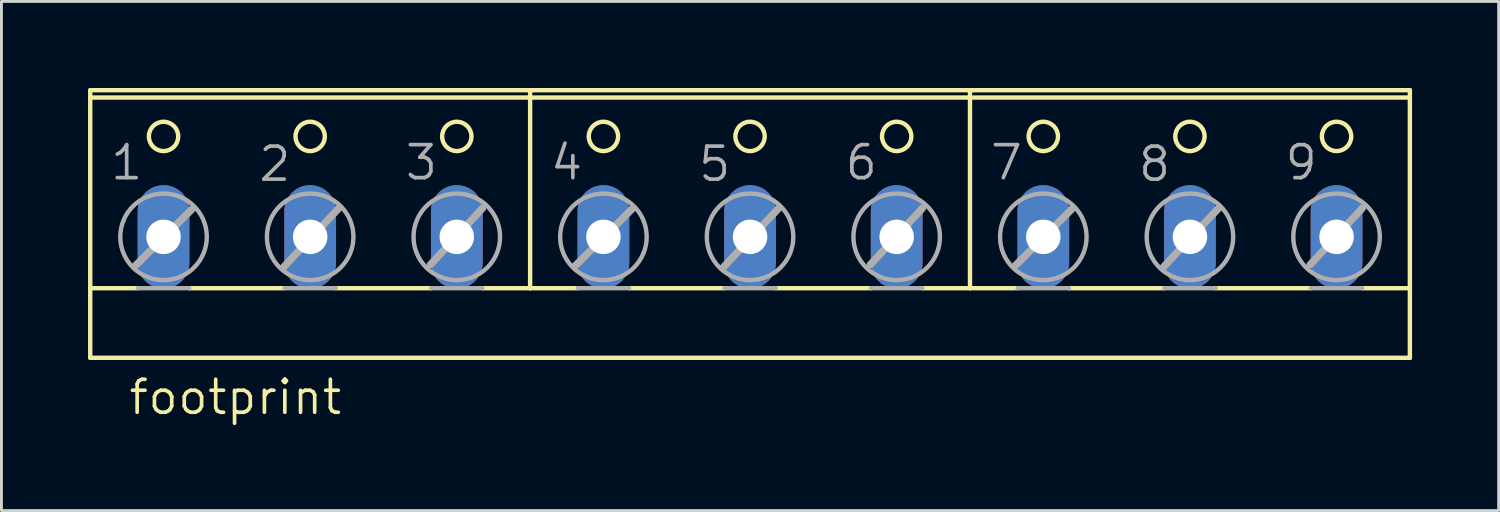
<source format=kicad_pcb>
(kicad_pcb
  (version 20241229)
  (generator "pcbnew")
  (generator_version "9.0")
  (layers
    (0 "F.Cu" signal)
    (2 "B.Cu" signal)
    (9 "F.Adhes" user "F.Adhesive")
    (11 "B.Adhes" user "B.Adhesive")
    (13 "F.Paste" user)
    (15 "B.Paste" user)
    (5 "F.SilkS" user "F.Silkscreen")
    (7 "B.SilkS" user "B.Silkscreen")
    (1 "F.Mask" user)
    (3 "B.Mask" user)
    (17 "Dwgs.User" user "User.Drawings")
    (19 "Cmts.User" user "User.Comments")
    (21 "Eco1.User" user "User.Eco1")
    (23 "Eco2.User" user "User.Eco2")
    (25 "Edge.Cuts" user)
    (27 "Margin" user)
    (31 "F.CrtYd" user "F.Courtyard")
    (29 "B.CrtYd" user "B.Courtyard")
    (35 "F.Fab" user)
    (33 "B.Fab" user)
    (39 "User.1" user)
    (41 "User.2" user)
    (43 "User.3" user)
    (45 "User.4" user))
  (footprint "footprint"
    (layer "F.Cu")
    (at 22.936 4.521)
    (property "Reference" "footprint" (at -21.59 6.858 0) (layer "F.SilkS") (effects (font (size 1.143 1.143) (thickness 0.127)) (justify left bottom)))
    (fp_line (start -22.86 -4.191) (end -22.86 -4.445) (stroke (width 0.152) (type solid)) (layer "F.SilkS"))
    (fp_line (start -22.86 2.413) (end -22.86 -4.191) (stroke (width 0.152) (type solid)) (layer "F.SilkS"))
    (fp_line (start -22.86 2.413) (end -21.209 2.413) (stroke (width 0.152) (type solid)) (layer "F.SilkS"))
    (fp_line (start -22.86 4.826) (end -22.86 2.413) (stroke (width 0.152) (type solid)) (layer "F.SilkS"))
    (fp_line (start -22.86 4.826) (end 22.86 4.826) (stroke (width 0.152) (type solid)) (layer "F.SilkS"))
    (fp_line (start -19.431 2.413) (end -16.129 2.413) (stroke (width 0.152) (type solid)) (layer "F.SilkS"))
    (fp_line (start -14.351 2.413) (end -11.049 2.413) (stroke (width 0.152) (type solid)) (layer "F.SilkS"))
    (fp_line (start -9.271 2.413) (end -7.62 2.413) (stroke (width 0.152) (type solid)) (layer "F.SilkS"))
    (fp_line (start -7.62 -4.445) (end -22.86 -4.445) (stroke (width 0.152) (type solid)) (layer "F.SilkS"))
    (fp_line (start -7.62 2.413) (end -7.62 -4.445) (stroke (width 0.152) (type solid)) (layer "F.SilkS"))
    (fp_line (start -7.62 2.413) (end -5.969 2.413) (stroke (width 0.152) (type solid)) (layer "F.SilkS"))
    (fp_line (start -4.191 2.413) (end -0.889 2.413) (stroke (width 0.152) (type solid)) (layer "F.SilkS"))
    (fp_line (start 0.889 2.413) (end 4.191 2.413) (stroke (width 0.152) (type solid)) (layer "F.SilkS"))
    (fp_line (start 5.969 2.413) (end 7.62 2.413) (stroke (width 0.152) (type solid)) (layer "F.SilkS"))
    (fp_line (start 7.62 -4.445) (end -7.62 -4.445) (stroke (width 0.152) (type solid)) (layer "F.SilkS"))
    (fp_line (start 7.62 -4.445) (end 7.62 2.413) (stroke (width 0.152) (type solid)) (layer "F.SilkS"))
    (fp_line (start 7.62 2.413) (end 9.271 2.413) (stroke (width 0.152) (type solid)) (layer "F.SilkS"))
    (fp_line (start 11.049 2.413) (end 14.351 2.413) (stroke (width 0.152) (type solid)) (layer "F.SilkS"))
    (fp_line (start 16.129 2.413) (end 19.431 2.413) (stroke (width 0.152) (type solid)) (layer "F.SilkS"))
    (fp_line (start 21.209 2.413) (end 22.86 2.413) (stroke (width 0.152) (type solid)) (layer "F.SilkS"))
    (fp_line (start 22.86 -4.445) (end 7.62 -4.445) (stroke (width 0.152) (type solid)) (layer "F.SilkS"))
    (fp_line (start 22.86 -4.445) (end 22.86 -4.191) (stroke (width 0.152) (type solid)) (layer "F.SilkS"))
    (fp_line (start 22.86 -4.191) (end -22.86 -4.191) (stroke (width 0.152) (type solid)) (layer "F.SilkS"))
    (fp_line (start 22.86 -4.191) (end 22.86 2.413) (stroke (width 0.152) (type solid)) (layer "F.SilkS"))
    (fp_line (start 22.86 2.413) (end 22.86 4.826) (stroke (width 0.152) (type solid)) (layer "F.SilkS"))
    (fp_circle (center -20.32 -2.845) (end -19.812 -2.845) (stroke (width 0.152) (type solid)) (fill no) (layer "F.SilkS"))
    (fp_circle (center -15.24 -2.845) (end -14.732 -2.845) (stroke (width 0.152) (type solid)) (fill no) (layer "F.SilkS"))
    (fp_circle (center -10.16 -2.845) (end -9.652 -2.845) (stroke (width 0.152) (type solid)) (fill no) (layer "F.SilkS"))
    (fp_circle (center -5.08 -2.845) (end -4.572 -2.845) (stroke (width 0.152) (type solid)) (fill no) (layer "F.SilkS"))
    (fp_circle (center 0 -2.845) (end 0.508 -2.845) (stroke (width 0.152) (type solid)) (fill no) (layer "F.SilkS"))
    (fp_circle (center 5.08 -2.845) (end 5.588 -2.845) (stroke (width 0.152) (type solid)) (fill no) (layer "F.SilkS"))
    (fp_circle (center 10.16 -2.845) (end 10.668 -2.845) (stroke (width 0.152) (type solid)) (fill no) (layer "F.SilkS"))
    (fp_circle (center 15.24 -2.845) (end 15.748 -2.845) (stroke (width 0.152) (type solid)) (fill no) (layer "F.SilkS"))
    (fp_circle (center 20.32 -2.845) (end 20.828 -2.845) (stroke (width 0.152) (type solid)) (fill no) (layer "F.SilkS"))
    (fp_line (start -21.311 1.651) (end -19.304 -0.356) (stroke (width 0.254) (type solid)) (layer "F.Fab"))
    (fp_line (start -21.209 2.413) (end -19.431 2.413) (stroke (width 0.152) (type solid)) (layer "F.Fab"))
    (fp_line (start -16.154 1.676) (end -14.249 -0.356) (stroke (width 0.254) (type solid)) (layer "F.Fab"))
    (fp_line (start -16.129 2.413) (end -14.351 2.413) (stroke (width 0.152) (type solid)) (layer "F.Fab"))
    (fp_line (start -11.074 1.6) (end -9.271 -0.356) (stroke (width 0.254) (type solid)) (layer "F.Fab"))
    (fp_line (start -11.049 2.413) (end -9.271 2.413) (stroke (width 0.152) (type solid)) (layer "F.Fab"))
    (fp_line (start -6.071 1.651) (end -4.064 -0.356) (stroke (width 0.254) (type solid)) (layer "F.Fab"))
    (fp_line (start -5.969 2.413) (end -4.191 2.413) (stroke (width 0.152) (type solid)) (layer "F.Fab"))
    (fp_line (start -0.914 1.676) (end 0.991 -0.356) (stroke (width 0.254) (type solid)) (layer "F.Fab"))
    (fp_line (start -0.889 2.413) (end 0.889 2.413) (stroke (width 0.152) (type solid)) (layer "F.Fab"))
    (fp_line (start 4.166 1.6) (end 5.969 -0.356) (stroke (width 0.254) (type solid)) (layer "F.Fab"))
    (fp_line (start 4.191 2.413) (end 5.969 2.413) (stroke (width 0.152) (type solid)) (layer "F.Fab"))
    (fp_line (start 9.169 1.651) (end 11.176 -0.356) (stroke (width 0.254) (type solid)) (layer "F.Fab"))
    (fp_line (start 9.271 2.413) (end 11.049 2.413) (stroke (width 0.152) (type solid)) (layer "F.Fab"))
    (fp_line (start 14.326 1.676) (end 16.231 -0.356) (stroke (width 0.254) (type solid)) (layer "F.Fab"))
    (fp_line (start 14.351 2.413) (end 16.129 2.413) (stroke (width 0.152) (type solid)) (layer "F.Fab"))
    (fp_line (start 19.406 1.6) (end 21.209 -0.356) (stroke (width 0.254) (type solid)) (layer "F.Fab"))
    (fp_line (start 19.431 2.413) (end 21.209 2.413) (stroke (width 0.152) (type solid)) (layer "F.Fab"))
    (fp_circle (center -20.32 0.635) (end -18.821 0.635) (stroke (width 0.152) (type solid)) (fill no) (layer "F.Fab"))
    (fp_circle (center -15.24 0.635) (end -13.741 0.635) (stroke (width 0.152) (type solid)) (fill no) (layer "F.Fab"))
    (fp_circle (center -10.16 0.635) (end -8.661 0.635) (stroke (width 0.152) (type solid)) (fill no) (layer "F.Fab"))
    (fp_circle (center -5.08 0.635) (end -3.581 0.635) (stroke (width 0.152) (type solid)) (fill no) (layer "F.Fab"))
    (fp_circle (center 0 0.635) (end 1.499 0.635) (stroke (width 0.152) (type solid)) (fill no) (layer "F.Fab"))
    (fp_circle (center 5.08 0.635) (end 6.579 0.635) (stroke (width 0.152) (type solid)) (fill no) (layer "F.Fab"))
    (fp_circle (center 10.16 0.635) (end 11.659 0.635) (stroke (width 0.152) (type solid)) (fill no) (layer "F.Fab"))
    (fp_circle (center 15.24 0.635) (end 16.739 0.635) (stroke (width 0.152) (type solid)) (fill no) (layer "F.Fab"))
    (fp_circle (center 20.32 0.635) (end 21.819 0.635) (stroke (width 0.152) (type solid)) (fill no) (layer "F.Fab"))
    (fp_text user "1" (at -22.225 -1.27 0) (layer "F.Fab") (effects (font (size 1.143 1.143) (thickness 0.127)) (justify left bottom)))
    (fp_text user "5" (at -1.854 -1.219 0) (layer "F.Fab") (effects (font (size 1.143 1.143) (thickness 0.127)) (justify left bottom)))
    (fp_text user "6" (at 3.226 -1.27 0) (layer "F.Fab") (effects (font (size 1.143 1.143) (thickness 0.127)) (justify left bottom)))
    (fp_text user "2" (at -17.094 -1.219 0) (layer "F.Fab") (effects (font (size 1.143 1.143) (thickness 0.127)) (justify left bottom)))
    (fp_text user "8" (at 13.386 -1.219 0) (layer "F.Fab") (effects (font (size 1.143 1.143) (thickness 0.127)) (justify left bottom)))
    (fp_text user "3" (at -12.014 -1.27 0) (layer "F.Fab") (effects (font (size 1.143 1.143) (thickness 0.127)) (justify left bottom)))
    (fp_text user "4" (at -6.985 -1.27 0) (layer "F.Fab") (effects (font (size 1.143 1.143) (thickness 0.127)) (justify left bottom)))
    (fp_text user "7" (at 8.255 -1.27 0) (layer "F.Fab") (effects (font (size 1.143 1.143) (thickness 0.127)) (justify left bottom)))
    (fp_text user "9" (at 18.466 -1.27 0) (layer "F.Fab") (effects (font (size 1.143 1.143) (thickness 0.127)) (justify left bottom)))
    (pad "1" thru_hole oval (at -20.32 0.635 90) (size 3.581 1.791) (drill 1.194) (layers "*.Cu" "*.Mask"))
    (pad "2" thru_hole oval (at -15.24 0.635 90) (size 3.581 1.791) (drill 1.194) (layers "*.Cu" "*.Mask"))
    (pad "3" thru_hole oval (at -10.16 0.635 90) (size 3.581 1.791) (drill 1.194) (layers "*.Cu" "*.Mask"))
    (pad "4" thru_hole oval (at -5.08 0.635 90) (size 3.581 1.791) (drill 1.194) (layers "*.Cu" "*.Mask"))
    (pad "5" thru_hole oval (at 0 0.635 90) (size 3.581 1.791) (drill 1.194) (layers "*.Cu" "*.Mask"))
    (pad "6" thru_hole oval (at 5.08 0.635 90) (size 3.581 1.791) (drill 1.194) (layers "*.Cu" "*.Mask"))
    (pad "7" thru_hole oval (at 10.16 0.635 90) (size 3.581 1.791) (drill 1.194) (layers "*.Cu" "*.Mask"))
    (pad "8" thru_hole oval (at 15.24 0.635 90) (size 3.581 1.791) (drill 1.194) (layers "*.Cu" "*.Mask"))
    (pad "9" thru_hole oval (at 20.32 0.635 90) (size 3.581 1.791) (drill 1.194) (layers "*.Cu" "*.Mask")))
  (gr_rect
    (start -3 -3)
    (end 48.872 14.638)
    (stroke (width 0.1) (type default))
    (fill no)
    (layer "Edge.Cuts")))
</source>
